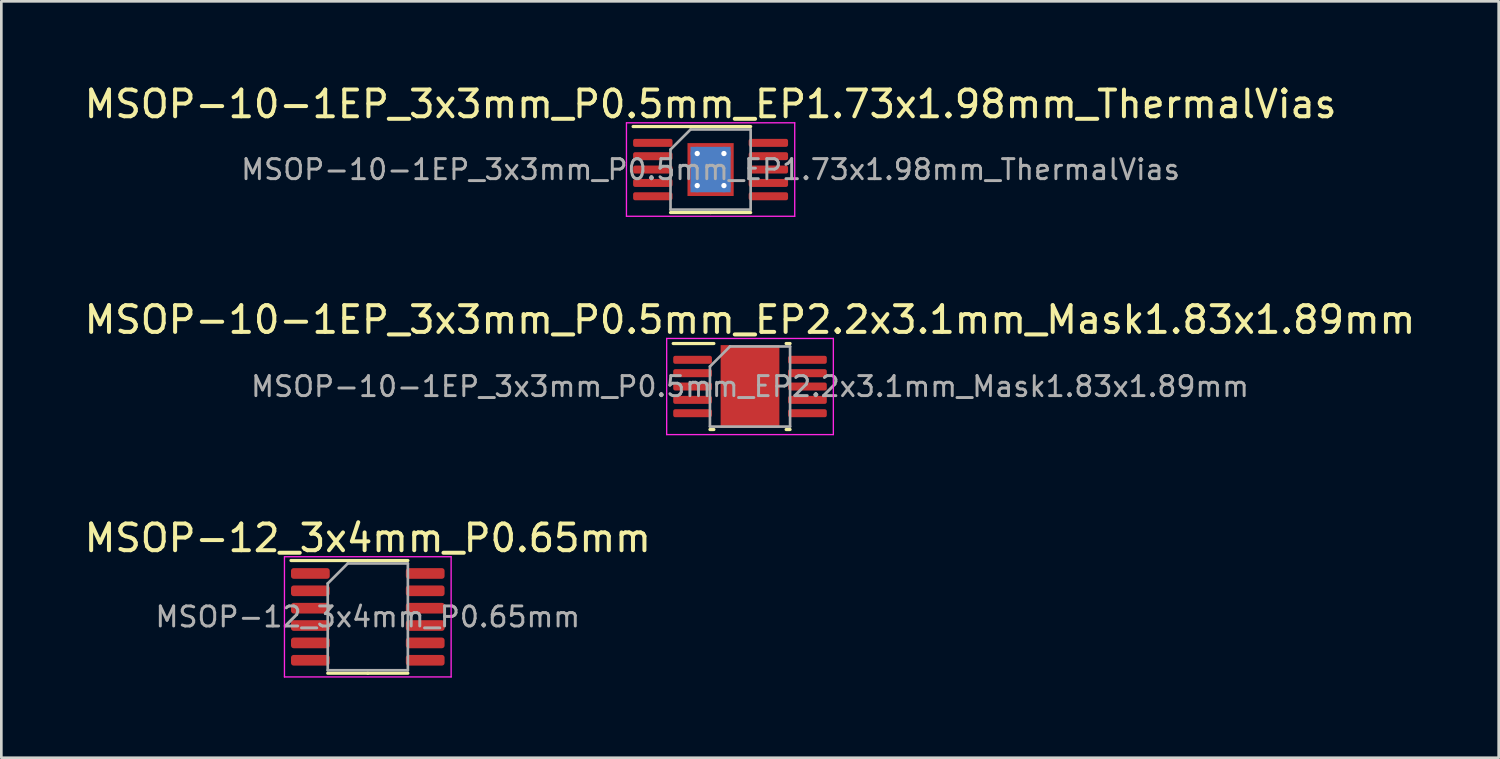
<source format=kicad_pcb>
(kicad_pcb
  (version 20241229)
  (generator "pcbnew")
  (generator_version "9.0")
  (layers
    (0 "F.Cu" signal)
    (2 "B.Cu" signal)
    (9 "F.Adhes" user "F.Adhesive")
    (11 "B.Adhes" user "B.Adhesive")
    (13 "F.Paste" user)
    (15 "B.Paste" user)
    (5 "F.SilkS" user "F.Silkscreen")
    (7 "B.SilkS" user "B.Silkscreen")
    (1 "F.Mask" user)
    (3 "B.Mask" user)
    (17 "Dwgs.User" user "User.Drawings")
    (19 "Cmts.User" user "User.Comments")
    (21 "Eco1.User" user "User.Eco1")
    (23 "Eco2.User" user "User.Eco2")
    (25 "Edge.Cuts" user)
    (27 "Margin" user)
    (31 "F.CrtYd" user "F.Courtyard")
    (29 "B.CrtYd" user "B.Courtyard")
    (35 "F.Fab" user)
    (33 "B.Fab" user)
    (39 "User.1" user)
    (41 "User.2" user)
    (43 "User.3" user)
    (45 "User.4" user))
  (footprint "MSOP-12_3x4mm_P0.65mm"
    (layer "F.Cu")
    (at 10.72 20.045)
    (property "Reference" "MSOP-12_3x4mm_P0.65mm" (at 0 -2.95 0) (layer "F.SilkS") (effects (font (size 1 1) (thickness 0.15))))
    (attr smd)
    (fp_line (start 0 -2.11) (end -2.875 -2.11) (stroke (width 0.12) (type solid)) (layer "F.SilkS"))
    (fp_line (start 0 -2.11) (end 1.5 -2.11) (stroke (width 0.12) (type solid)) (layer "F.SilkS"))
    (fp_line (start 0 2.11) (end -1.5 2.11) (stroke (width 0.12) (type solid)) (layer "F.SilkS"))
    (fp_line (start 0 2.11) (end 1.5 2.11) (stroke (width 0.12) (type solid)) (layer "F.SilkS"))
    (fp_line (start -3.12 -2.25) (end -3.12 2.25) (stroke (width 0.05) (type solid)) (layer "F.CrtYd"))
    (fp_line (start -3.12 2.25) (end 3.12 2.25) (stroke (width 0.05) (type solid)) (layer "F.CrtYd"))
    (fp_line (start 3.12 -2.25) (end -3.12 -2.25) (stroke (width 0.05) (type solid)) (layer "F.CrtYd"))
    (fp_line (start 3.12 2.25) (end 3.12 -2.25) (stroke (width 0.05) (type solid)) (layer "F.CrtYd"))
    (fp_line (start -1.5 -1.25) (end -0.75 -2) (stroke (width 0.1) (type solid)) (layer "F.Fab"))
    (fp_line (start -1.5 2) (end -1.5 -1.25) (stroke (width 0.1) (type solid)) (layer "F.Fab"))
    (fp_line (start -0.75 -2) (end 1.5 -2) (stroke (width 0.1) (type solid)) (layer "F.Fab"))
    (fp_line (start 1.5 -2) (end 1.5 2) (stroke (width 0.1) (type solid)) (layer "F.Fab"))
    (fp_line (start 1.5 2) (end -1.5 2) (stroke (width 0.1) (type solid)) (layer "F.Fab"))
    (fp_text user "${REFERENCE}" (at 0 0 0) (layer "F.Fab") (effects (font (size 0.75 0.75) (thickness 0.11))))
    (pad "1" smd roundrect (at -2.15 -1.625) (size 1.45 0.4) (layers "F.Cu" "F.Mask" "F.Paste") (roundrect_rratio 0.25))
    (pad "2" smd roundrect (at -2.15 -0.975) (size 1.45 0.4) (layers "F.Cu" "F.Mask" "F.Paste") (roundrect_rratio 0.25))
    (pad "3" smd roundrect (at -2.15 -0.325) (size 1.45 0.4) (layers "F.Cu" "F.Mask" "F.Paste") (roundrect_rratio 0.25))
    (pad "4" smd roundrect (at -2.15 0.325) (size 1.45 0.4) (layers "F.Cu" "F.Mask" "F.Paste") (roundrect_rratio 0.25))
    (pad "5" smd roundrect (at -2.15 0.975) (size 1.45 0.4) (layers "F.Cu" "F.Mask" "F.Paste") (roundrect_rratio 0.25))
    (pad "6" smd roundrect (at -2.15 1.625) (size 1.45 0.4) (layers "F.Cu" "F.Mask" "F.Paste") (roundrect_rratio 0.25))
    (pad "7" smd roundrect (at 2.15 1.625) (size 1.45 0.4) (layers "F.Cu" "F.Mask" "F.Paste") (roundrect_rratio 0.25))
    (pad "8" smd roundrect (at 2.15 0.975) (size 1.45 0.4) (layers "F.Cu" "F.Mask" "F.Paste") (roundrect_rratio 0.25))
    (pad "9" smd roundrect (at 2.15 0.325) (size 1.45 0.4) (layers "F.Cu" "F.Mask" "F.Paste") (roundrect_rratio 0.25))
    (pad "10" smd roundrect (at 2.15 -0.325) (size 1.45 0.4) (layers "F.Cu" "F.Mask" "F.Paste") (roundrect_rratio 0.25))
    (pad "11" smd roundrect (at 2.15 -0.975) (size 1.45 0.4) (layers "F.Cu" "F.Mask" "F.Paste") (roundrect_rratio 0.25))
    (pad "12" smd roundrect (at 2.15 -1.625) (size 1.45 0.4) (layers "F.Cu" "F.Mask" "F.Paste") (roundrect_rratio 0.25)))
  (footprint "MSOP-10-1EP_3x3mm_P0.5mm_EP2.2x3.1mm_Mask1.83x1.89mm"
    (layer "F.Cu")
    (at 25.03 11.421)
    (property "Reference" "MSOP-10-1EP_3x3mm_P0.5mm_EP2.2x3.1mm_Mask1.83x1.89mm" (at 0 -2.5 0) (layer "F.SilkS") (effects (font (size 1 1) (thickness 0.15))))
    (attr smd)
    (fp_line (start -1.353 -1.61) (end -2.875 -1.61) (stroke (width 0.12) (type solid)) (layer "F.SilkS"))
    (fp_line (start -1.353 1.61) (end -1.5 1.61) (stroke (width 0.12) (type solid)) (layer "F.SilkS"))
    (fp_line (start 1.353 -1.61) (end 1.5 -1.61) (stroke (width 0.12) (type solid)) (layer "F.SilkS"))
    (fp_line (start 1.353 1.61) (end 1.5 1.61) (stroke (width 0.12) (type solid)) (layer "F.SilkS"))
    (fp_line (start -3.12 -1.8) (end -3.12 1.8) (stroke (width 0.05) (type solid)) (layer "F.CrtYd"))
    (fp_line (start -3.12 1.8) (end 3.12 1.8) (stroke (width 0.05) (type solid)) (layer "F.CrtYd"))
    (fp_line (start 3.12 -1.8) (end -3.12 -1.8) (stroke (width 0.05) (type solid)) (layer "F.CrtYd"))
    (fp_line (start 3.12 1.8) (end 3.12 -1.8) (stroke (width 0.05) (type solid)) (layer "F.CrtYd"))
    (fp_line (start -1.5 -0.75) (end -0.75 -1.5) (stroke (width 0.1) (type solid)) (layer "F.Fab"))
    (fp_line (start -1.5 1.5) (end -1.5 -0.75) (stroke (width 0.1) (type solid)) (layer "F.Fab"))
    (fp_line (start -0.75 -1.5) (end 1.5 -1.5) (stroke (width 0.1) (type solid)) (layer "F.Fab"))
    (fp_line (start 1.5 -1.5) (end 1.5 1.5) (stroke (width 0.1) (type solid)) (layer "F.Fab"))
    (fp_line (start 1.5 1.5) (end -1.5 1.5) (stroke (width 0.1) (type solid)) (layer "F.Fab"))
    (fp_text user "${REFERENCE}" (at 0 0 0) (layer "F.Fab") (effects (font (size 0.75 0.75) (thickness 0.11))))
    (pad "" smd roundrect (at -0.46 -0.47) (size 0.74 0.76) (layers "F.Paste") (roundrect_rratio 0.25))
    (pad "" smd roundrect (at -0.46 0.47) (size 0.74 0.76) (layers "F.Paste") (roundrect_rratio 0.25))
    (pad "" smd rect (at 0 0) (size 1.83 1.89) (layers "F.Mask"))
    (pad "" smd roundrect (at 0.46 -0.47) (size 0.74 0.76) (layers "F.Paste") (roundrect_rratio 0.25))
    (pad "" smd roundrect (at 0.46 0.47) (size 0.74 0.76) (layers "F.Paste") (roundrect_rratio 0.25))
    (pad "1" smd roundrect (at -2.15 -1) (size 1.45 0.3) (layers "F.Cu" "F.Mask" "F.Paste") (roundrect_rratio 0.25))
    (pad "2" smd roundrect (at -2.15 -0.5) (size 1.45 0.3) (layers "F.Cu" "F.Mask" "F.Paste") (roundrect_rratio 0.25))
    (pad "3" smd roundrect (at -2.15 0) (size 1.45 0.3) (layers "F.Cu" "F.Mask" "F.Paste") (roundrect_rratio 0.25))
    (pad "4" smd roundrect (at -2.15 0.5) (size 1.45 0.3) (layers "F.Cu" "F.Mask" "F.Paste") (roundrect_rratio 0.25))
    (pad "5" smd roundrect (at -2.15 1) (size 1.45 0.3) (layers "F.Cu" "F.Mask" "F.Paste") (roundrect_rratio 0.25))
    (pad "6" smd roundrect (at 2.15 1) (size 1.45 0.3) (layers "F.Cu" "F.Mask" "F.Paste") (roundrect_rratio 0.25))
    (pad "7" smd roundrect (at 2.15 0.5) (size 1.45 0.3) (layers "F.Cu" "F.Mask" "F.Paste") (roundrect_rratio 0.25))
    (pad "8" smd roundrect (at 2.15 0) (size 1.45 0.3) (layers "F.Cu" "F.Mask" "F.Paste") (roundrect_rratio 0.25))
    (pad "9" smd roundrect (at 2.15 -0.5) (size 1.45 0.3) (layers "F.Cu" "F.Mask" "F.Paste") (roundrect_rratio 0.25))
    (pad "10" smd roundrect (at 2.15 -1) (size 1.45 0.3) (layers "F.Cu" "F.Mask" "F.Paste") (roundrect_rratio 0.25))
    (pad "11" smd rect (at 0 0) (size 2.2 3.1) (layers "F.Cu")))
  (footprint "MSOP-10-1EP_3x3mm_P0.5mm_EP1.73x1.98mm_ThermalVias"
    (layer "F.Cu")
    (at 23.554 3.298)
    (property "Reference" "MSOP-10-1EP_3x3mm_P0.5mm_EP1.73x1.98mm_ThermalVias" (at 0 -2.45 0) (layer "F.SilkS") (effects (font (size 1 1) (thickness 0.15))))
    (attr smd)
    (fp_line (start 0 -1.61) (end -2.9 -1.61) (stroke (width 0.12) (type solid)) (layer "F.SilkS"))
    (fp_line (start 0 -1.61) (end 1.5 -1.61) (stroke (width 0.12) (type solid)) (layer "F.SilkS"))
    (fp_line (start 0 1.61) (end -1.5 1.61) (stroke (width 0.12) (type solid)) (layer "F.SilkS"))
    (fp_line (start 0 1.61) (end 1.5 1.61) (stroke (width 0.12) (type solid)) (layer "F.SilkS"))
    (fp_line (start -3.15 -1.75) (end -3.15 1.75) (stroke (width 0.05) (type solid)) (layer "F.CrtYd"))
    (fp_line (start -3.15 1.75) (end 3.15 1.75) (stroke (width 0.05) (type solid)) (layer "F.CrtYd"))
    (fp_line (start 3.15 -1.75) (end -3.15 -1.75) (stroke (width 0.05) (type solid)) (layer "F.CrtYd"))
    (fp_line (start 3.15 1.75) (end 3.15 -1.75) (stroke (width 0.05) (type solid)) (layer "F.CrtYd"))
    (fp_line (start -1.5 -0.75) (end -0.75 -1.5) (stroke (width 0.1) (type solid)) (layer "F.Fab"))
    (fp_line (start -1.5 1.5) (end -1.5 -0.75) (stroke (width 0.1) (type solid)) (layer "F.Fab"))
    (fp_line (start -0.75 -1.5) (end 1.5 -1.5) (stroke (width 0.1) (type solid)) (layer "F.Fab"))
    (fp_line (start 1.5 -1.5) (end 1.5 1.5) (stroke (width 0.1) (type solid)) (layer "F.Fab"))
    (fp_line (start 1.5 1.5) (end -1.5 1.5) (stroke (width 0.1) (type solid)) (layer "F.Fab"))
    (fp_text user "${REFERENCE}" (at 0 0 0) (layer "F.Fab") (effects (font (size 0.75 0.75) (thickness 0.11))))
    (pad "" smd roundrect (at -0.43 -0.495) (size 0.72 0.83) (layers "F.Paste") (roundrect_rratio 0.25))
    (pad "" smd roundrect (at -0.43 0.495) (size 0.72 0.83) (layers "F.Paste") (roundrect_rratio 0.25))
    (pad "" smd roundrect (at 0.43 -0.495) (size 0.72 0.83) (layers "F.Paste") (roundrect_rratio 0.25))
    (pad "" smd roundrect (at 0.43 0.495) (size 0.72 0.83) (layers "F.Paste") (roundrect_rratio 0.25))
    (pad "1" smd roundrect (at -2.163 -1) (size 1.475 0.3) (layers "F.Cu" "F.Mask" "F.Paste") (roundrect_rratio 0.25))
    (pad "2" smd roundrect (at -2.163 -0.5) (size 1.475 0.3) (layers "F.Cu" "F.Mask" "F.Paste") (roundrect_rratio 0.25))
    (pad "3" smd roundrect (at -2.163 0) (size 1.475 0.3) (layers "F.Cu" "F.Mask" "F.Paste") (roundrect_rratio 0.25))
    (pad "4" smd roundrect (at -2.163 0.5) (size 1.475 0.3) (layers "F.Cu" "F.Mask" "F.Paste") (roundrect_rratio 0.25))
    (pad "5" smd roundrect (at -2.163 1) (size 1.475 0.3) (layers "F.Cu" "F.Mask" "F.Paste") (roundrect_rratio 0.25))
    (pad "6" smd roundrect (at 2.163 1) (size 1.475 0.3) (layers "F.Cu" "F.Mask" "F.Paste") (roundrect_rratio 0.25))
    (pad "7" smd roundrect (at 2.163 0.5) (size 1.475 0.3) (layers "F.Cu" "F.Mask" "F.Paste") (roundrect_rratio 0.25))
    (pad "8" smd roundrect (at 2.163 0) (size 1.475 0.3) (layers "F.Cu" "F.Mask" "F.Paste") (roundrect_rratio 0.25))
    (pad "9" smd roundrect (at 2.163 -0.5) (size 1.475 0.3) (layers "F.Cu" "F.Mask" "F.Paste") (roundrect_rratio 0.25))
    (pad "10" smd roundrect (at 2.163 -1) (size 1.475 0.3) (layers "F.Cu" "F.Mask" "F.Paste") (roundrect_rratio 0.25))
    (pad "11" thru_hole circle (at -0.5 -0.6) (size 0.5 0.5) (drill 0.2) (layers "*.Cu"))
    (pad "11" thru_hole circle (at -0.5 0.6) (size 0.5 0.5) (drill 0.2) (layers "*.Cu"))
    (pad "11" smd rect (at 0 0) (size 1.5 1.7) (layers "B.Cu"))
    (pad "11" smd rect (at 0 0) (size 1.73 1.98) (layers "F.Cu" "F.Mask"))
    (pad "11" thru_hole circle (at 0.5 -0.6) (size 0.5 0.5) (drill 0.2) (layers "*.Cu"))
    (pad "11" thru_hole circle (at 0.5 0.6) (size 0.5 0.5) (drill 0.2) (layers "*.Cu")))
  (gr_rect
    (start -3 -3)
    (end 53.06 25.32)
    (stroke (width 0.1) (type default))
    (fill no)
    (layer "Edge.Cuts")))
</source>
